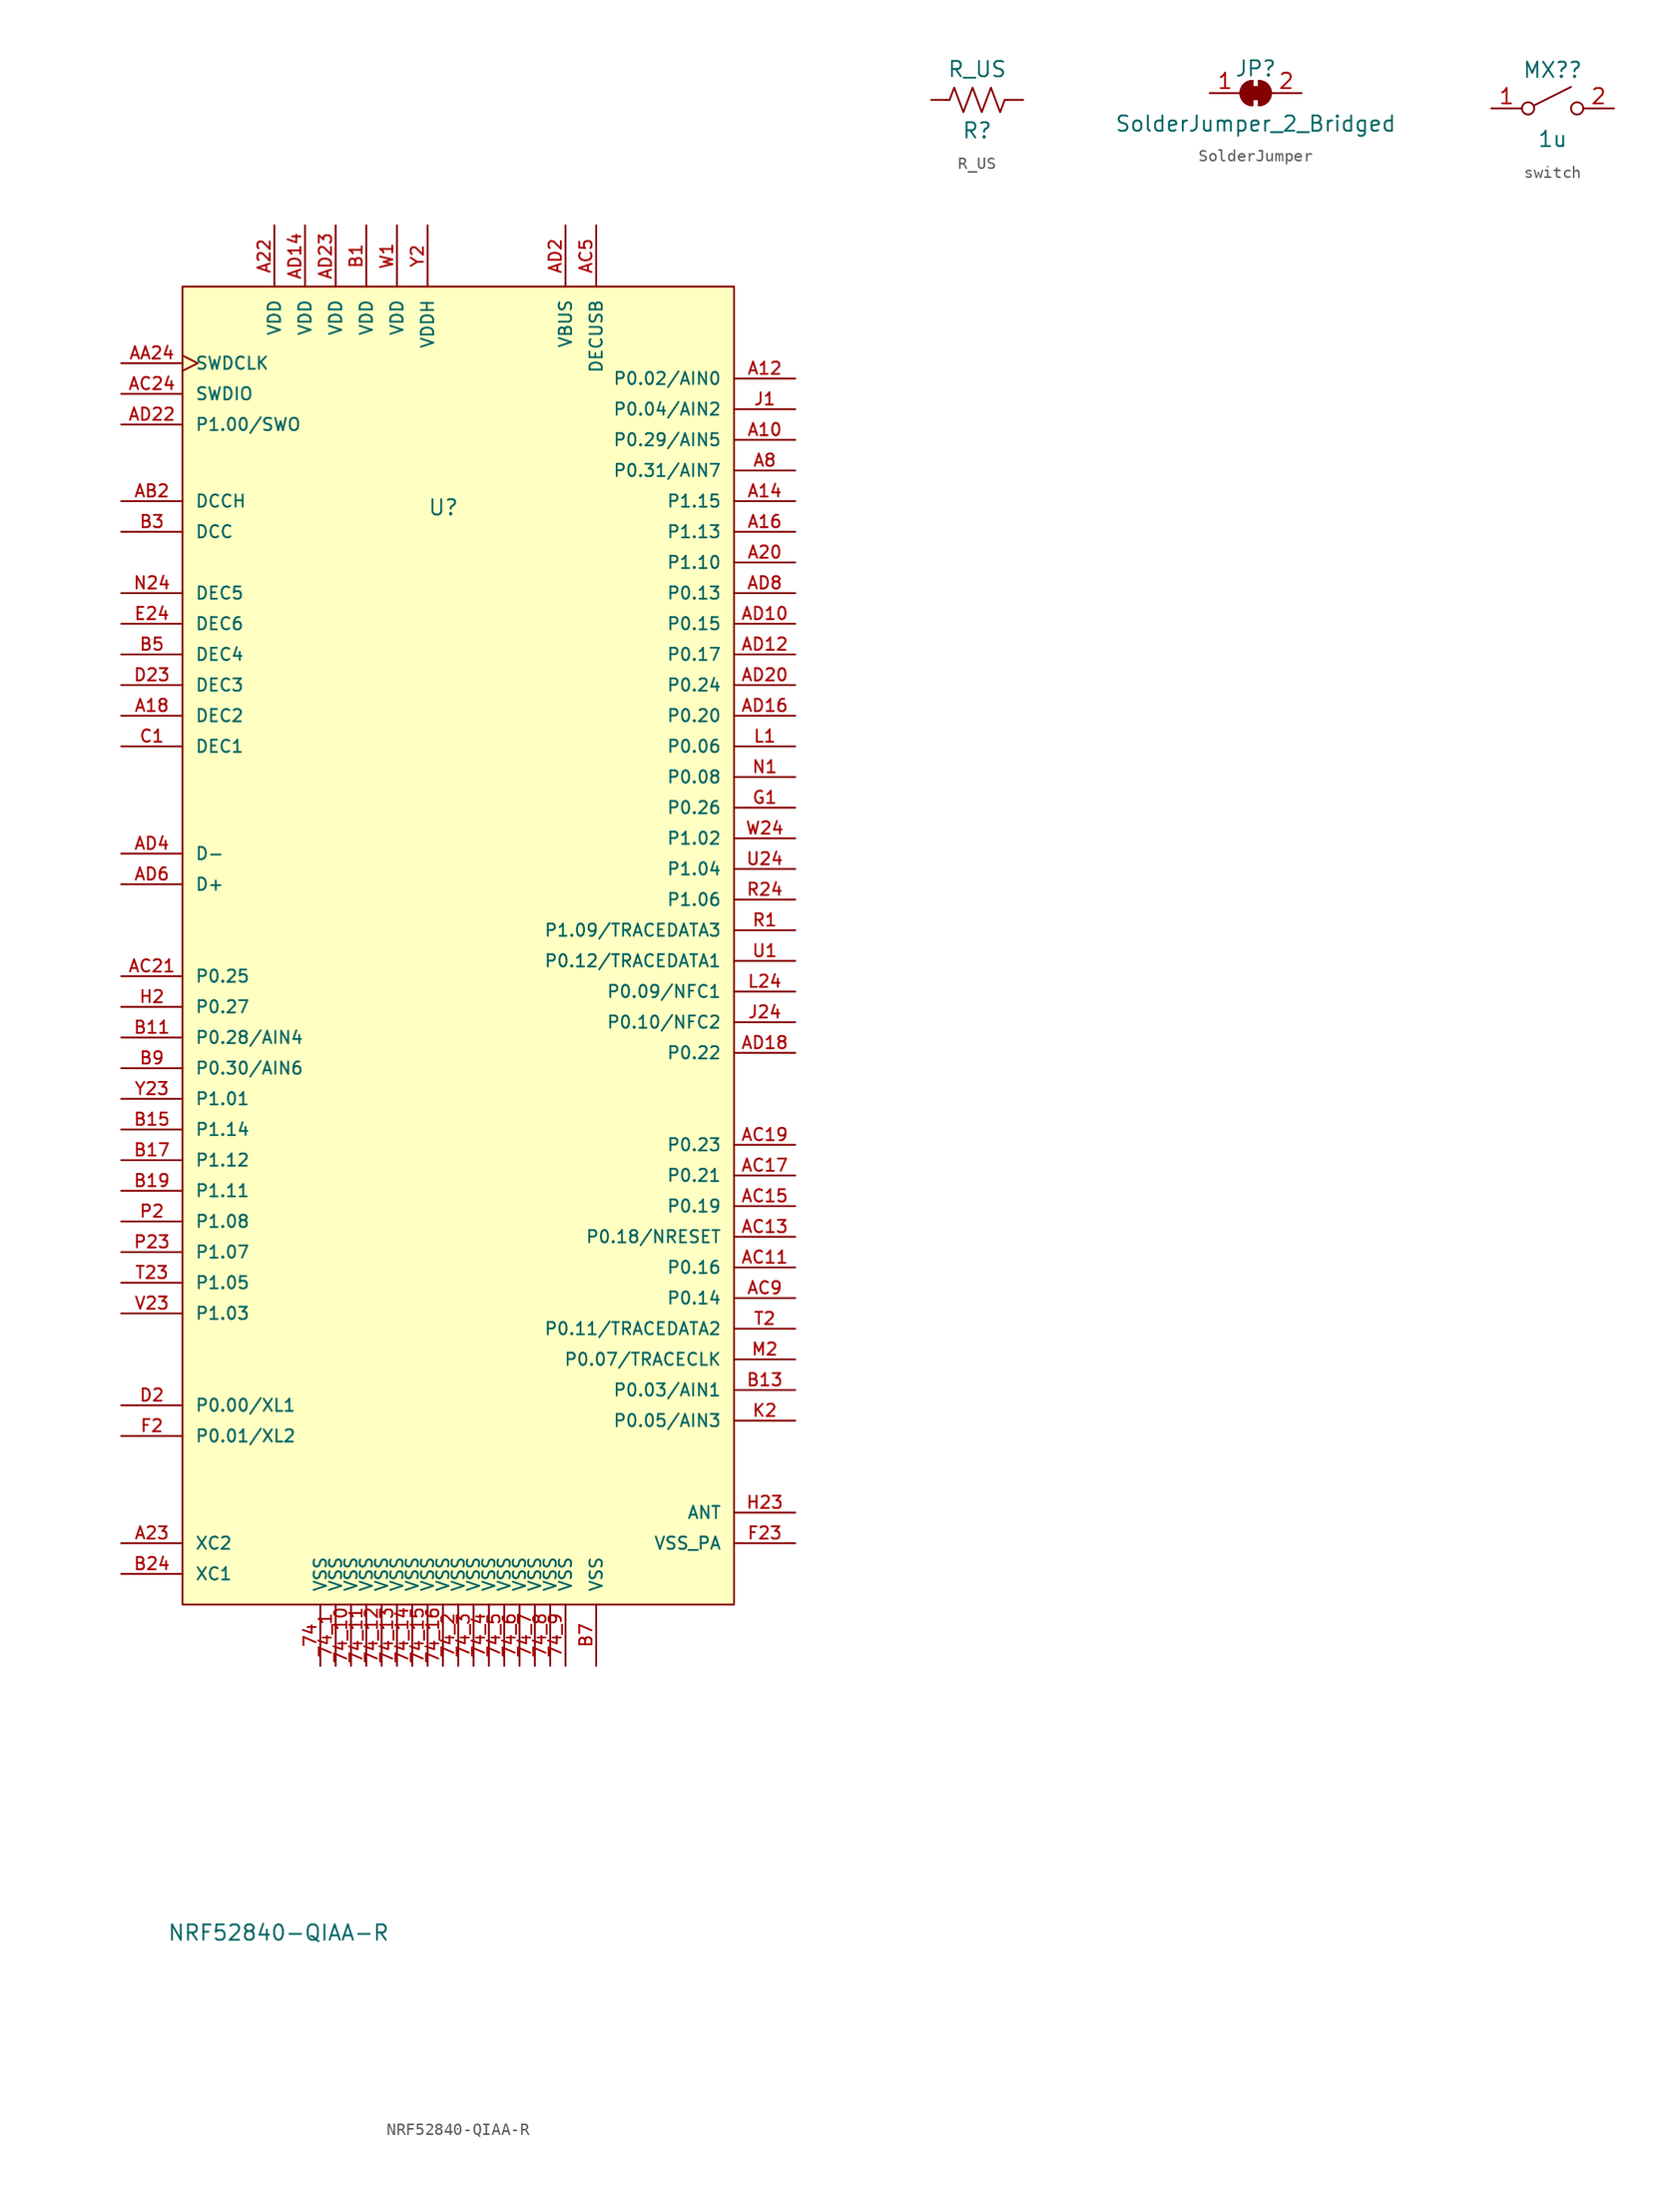
<source format=kicad_sym>
(kicad_symbol_lib
  (version 20220914)
  (generator kicad_symbol_editor)
  (symbol "NRF52840-QIAA-R"
    (pin_names
      (offset 1.016))
    (property "Reference" "U"
      (at -2.54 34.29 0)
      (effects (font (size 1.27 1.27)) (justify left bottom)))
    (property "Value" "NRF52840-QIAA-R"
      (at -24.13 -83.82 0)
      (effects (font (size 1.27 1.27)) (justify left bottom)))
    (symbol "NRF52840-QIAA-R_0_0"
      (rectangle (start -22.86 53.34) (end 22.86 -55.88) (stroke (width 0.152) (type default)) (fill (type background)))
      (pin power_in line (at -11.43 -60.96 90) (length 5.08) (name "VSS" (effects (font (size 1.016 1.016)))) (number "74" (effects (font (size 1.016 1.016)))))
      (pin power_in line (at -10.16 -60.96 90) (length 5.08) (name "VSS" (effects (font (size 1.016 1.016)))) (number "74_1" (effects (font (size 1.016 1.016)))))
      (pin power_in line (at -8.89 -60.96 90) (length 5.08) (name "VSS" (effects (font (size 1.016 1.016)))) (number "74_10" (effects (font (size 1.016 1.016)))))
      (pin power_in line (at -7.62 -60.96 90) (length 5.08) (name "VSS" (effects (font (size 1.016 1.016)))) (number "74_11" (effects (font (size 1.016 1.016)))))
      (pin power_in line (at -6.35 -60.96 90) (length 5.08) (name "VSS" (effects (font (size 1.016 1.016)))) (number "74_12" (effects (font (size 1.016 1.016)))))
      (pin power_in line (at -5.08 -60.96 90) (length 5.08) (name "VSS" (effects (font (size 1.016 1.016)))) (number "74_13" (effects (font (size 1.016 1.016)))))
      (pin power_in line (at -3.81 -60.96 90) (length 5.08) (name "VSS" (effects (font (size 1.016 1.016)))) (number "74_14" (effects (font (size 1.016 1.016)))))
      (pin power_in line (at -2.54 -60.96 90) (length 5.08) (name "VSS" (effects (font (size 1.016 1.016)))) (number "74_15" (effects (font (size 1.016 1.016)))))
      (pin power_in line (at -1.27 -60.96 90) (length 5.08) (name "VSS" (effects (font (size 1.016 1.016)))) (number "74_16" (effects (font (size 1.016 1.016)))))
      (pin power_in line (at 0 -60.96 90) (length 5.08) (name "VSS" (effects (font (size 1.016 1.016)))) (number "74_2" (effects (font (size 1.016 1.016)))))
      (pin power_in line (at 1.27 -60.96 90) (length 5.08) (name "VSS" (effects (font (size 1.016 1.016)))) (number "74_3" (effects (font (size 1.016 1.016)))))
      (pin power_in line (at 2.54 -60.96 90) (length 5.08) (name "VSS" (effects (font (size 1.016 1.016)))) (number "74_4" (effects (font (size 1.016 1.016)))))
      (pin power_in line (at 3.81 -60.96 90) (length 5.08) (name "VSS" (effects (font (size 1.016 1.016)))) (number "74_5" (effects (font (size 1.016 1.016)))))
      (pin power_in line (at 5.08 -60.96 90) (length 5.08) (name "VSS" (effects (font (size 1.016 1.016)))) (number "74_6" (effects (font (size 1.016 1.016)))))
      (pin power_in line (at 6.35 -60.96 90) (length 5.08) (name "VSS" (effects (font (size 1.016 1.016)))) (number "74_7" (effects (font (size 1.016 1.016)))))
      (pin power_in line (at 7.62 -60.96 90) (length 5.08) (name "VSS" (effects (font (size 1.016 1.016)))) (number "74_8" (effects (font (size 1.016 1.016)))))
      (pin power_in line (at 8.89 -60.96 90) (length 5.08) (name "VSS" (effects (font (size 1.016 1.016)))) (number "74_9" (effects (font (size 1.016 1.016)))))
      (pin bidirectional line (at 27.94 40.64 180) (length 5.08) (name "P0.29/AIN5" (effects (font (size 1.016 1.016)))) (number "A10" (effects (font (size 1.016 1.016)))))
      (pin bidirectional line (at 27.94 45.72 180) (length 5.08) (name "P0.02/AIN0" (effects (font (size 1.016 1.016)))) (number "A12" (effects (font (size 1.016 1.016)))))
      (pin bidirectional line (at 27.94 35.56 180) (length 5.08) (name "P1.15" (effects (font (size 1.016 1.016)))) (number "A14" (effects (font (size 1.016 1.016)))))
      (pin bidirectional line (at 27.94 33.02 180) (length 5.08) (name "P1.13" (effects (font (size 1.016 1.016)))) (number "A16" (effects (font (size 1.016 1.016)))))
      (pin power_in line (at -27.94 17.78 0) (length 5.08) (name "DEC2" (effects (font (size 1.016 1.016)))) (number "A18" (effects (font (size 1.016 1.016)))))
      (pin bidirectional line (at 27.94 30.48 180) (length 5.08) (name "P1.10" (effects (font (size 1.016 1.016)))) (number "A20" (effects (font (size 1.016 1.016)))))
      (pin power_in line (at -15.24 58.42 270) (length 5.08) (name "VDD" (effects (font (size 1.016 1.016)))) (number "A22" (effects (font (size 1.016 1.016)))))
      (pin input line (at -27.94 -50.8 0) (length 5.08) (name "XC2" (effects (font (size 1.016 1.016)))) (number "A23" (effects (font (size 1.016 1.016)))))
      (pin bidirectional line (at 27.94 38.1 180) (length 5.08) (name "P0.31/AIN7" (effects (font (size 1.016 1.016)))) (number "A8" (effects (font (size 1.016 1.016)))))
      (pin input clock (at -27.94 46.99 0) (length 5.08) (name "SWDCLK" (effects (font (size 1.016 1.016)))) (number "AA24" (effects (font (size 1.016 1.016)))))
      (pin power_in line (at -27.94 35.56 0) (length 5.08) (name "DCCH" (effects (font (size 1.016 1.016)))) (number "AB2" (effects (font (size 1.016 1.016)))))
      (pin bidirectional line (at 27.94 -27.94 180) (length 5.08) (name "P0.16" (effects (font (size 1.016 1.016)))) (number "AC11" (effects (font (size 1.016 1.016)))))
      (pin bidirectional line (at 27.94 -25.4 180) (length 5.08) (name "P0.18/NRESET" (effects (font (size 1.016 1.016)))) (number "AC13" (effects (font (size 1.016 1.016)))))
      (pin bidirectional line (at 27.94 -22.86 180) (length 5.08) (name "P0.19" (effects (font (size 1.016 1.016)))) (number "AC15" (effects (font (size 1.016 1.016)))))
      (pin bidirectional line (at 27.94 -20.32 180) (length 5.08) (name "P0.21" (effects (font (size 1.016 1.016)))) (number "AC17" (effects (font (size 1.016 1.016)))))
      (pin bidirectional line (at 27.94 -17.78 180) (length 5.08) (name "P0.23" (effects (font (size 1.016 1.016)))) (number "AC19" (effects (font (size 1.016 1.016)))))
      (pin bidirectional line (at -27.94 -3.81 0) (length 5.08) (name "P0.25" (effects (font (size 1.016 1.016)))) (number "AC21" (effects (font (size 1.016 1.016)))))
      (pin bidirectional line (at -27.94 44.45 0) (length 5.08) (name "SWDIO" (effects (font (size 1.016 1.016)))) (number "AC24" (effects (font (size 1.016 1.016)))))
      (pin power_in line (at 11.43 58.42 270) (length 5.08) (name "DECUSB" (effects (font (size 1.016 1.016)))) (number "AC5" (effects (font (size 1.016 1.016)))))
      (pin bidirectional line (at 27.94 -30.48 180) (length 5.08) (name "P0.14" (effects (font (size 1.016 1.016)))) (number "AC9" (effects (font (size 1.016 1.016)))))
      (pin bidirectional line (at 27.94 25.4 180) (length 5.08) (name "P0.15" (effects (font (size 1.016 1.016)))) (number "AD10" (effects (font (size 1.016 1.016)))))
      (pin bidirectional line (at 27.94 22.86 180) (length 5.08) (name "P0.17" (effects (font (size 1.016 1.016)))) (number "AD12" (effects (font (size 1.016 1.016)))))
      (pin power_in line (at -12.7 58.42 270) (length 5.08) (name "VDD" (effects (font (size 1.016 1.016)))) (number "AD14" (effects (font (size 1.016 1.016)))))
      (pin bidirectional line (at 27.94 17.78 180) (length 5.08) (name "P0.20" (effects (font (size 1.016 1.016)))) (number "AD16" (effects (font (size 1.016 1.016)))))
      (pin bidirectional line (at 27.94 -10.16 180) (length 5.08) (name "P0.22" (effects (font (size 1.016 1.016)))) (number "AD18" (effects (font (size 1.016 1.016)))))
      (pin power_in line (at 8.89 58.42 270) (length 5.08) (name "VBUS" (effects (font (size 1.016 1.016)))) (number "AD2" (effects (font (size 1.016 1.016)))))
      (pin bidirectional line (at 27.94 20.32 180) (length 5.08) (name "P0.24" (effects (font (size 1.016 1.016)))) (number "AD20" (effects (font (size 1.016 1.016)))))
      (pin power_in line (at -10.16 58.42 270) (length 5.08) (name "VDD" (effects (font (size 1.016 1.016)))) (number "AD23" (effects (font (size 1.016 1.016)))))
      (pin bidirectional line (at -27.94 6.35 0) (length 5.08) (name "D-" (effects (font (size 1.016 1.016)))) (number "AD4" (effects (font (size 1.016 1.016)))))
      (pin bidirectional line (at -27.94 3.81 0) (length 5.08) (name "D+" (effects (font (size 1.016 1.016)))) (number "AD6" (effects (font (size 1.016 1.016)))))
      (pin bidirectional line (at 27.94 27.94 180) (length 5.08) (name "P0.13" (effects (font (size 1.016 1.016)))) (number "AD8" (effects (font (size 1.016 1.016)))))
      (pin power_in line (at -7.62 58.42 270) (length 5.08) (name "VDD" (effects (font (size 1.016 1.016)))) (number "B1" (effects (font (size 1.016 1.016)))))
      (pin bidirectional line (at -27.94 -8.89 0) (length 5.08) (name "P0.28/AIN4" (effects (font (size 1.016 1.016)))) (number "B11" (effects (font (size 1.016 1.016)))))
      (pin bidirectional line (at 27.94 -38.1 180) (length 5.08) (name "P0.03/AIN1" (effects (font (size 1.016 1.016)))) (number "B13" (effects (font (size 1.016 1.016)))))
      (pin bidirectional line (at -27.94 -16.51 0) (length 5.08) (name "P1.14" (effects (font (size 1.016 1.016)))) (number "B15" (effects (font (size 1.016 1.016)))))
      (pin bidirectional line (at -27.94 -19.05 0) (length 5.08) (name "P1.12" (effects (font (size 1.016 1.016)))) (number "B17" (effects (font (size 1.016 1.016)))))
      (pin bidirectional line (at -27.94 -21.59 0) (length 5.08) (name "P1.11" (effects (font (size 1.016 1.016)))) (number "B19" (effects (font (size 1.016 1.016)))))
      (pin input line (at -27.94 -53.34 0) (length 5.08) (name "XC1" (effects (font (size 1.016 1.016)))) (number "B24" (effects (font (size 1.016 1.016)))))
      (pin power_in line (at -27.94 33.02 0) (length 5.08) (name "DCC" (effects (font (size 1.016 1.016)))) (number "B3" (effects (font (size 1.016 1.016)))))
      (pin power_in line (at -27.94 22.86 0) (length 5.08) (name "DEC4" (effects (font (size 1.016 1.016)))) (number "B5" (effects (font (size 1.016 1.016)))))
      (pin power_in line (at 11.43 -60.96 90) (length 5.08) (name "VSS" (effects (font (size 1.016 1.016)))) (number "B7" (effects (font (size 1.016 1.016)))))
      (pin bidirectional line (at -27.94 -11.43 0) (length 5.08) (name "P0.30/AIN6" (effects (font (size 1.016 1.016)))) (number "B9" (effects (font (size 1.016 1.016)))))
      (pin power_in line (at -27.94 15.24 0) (length 5.08) (name "DEC1" (effects (font (size 1.016 1.016)))) (number "C1" (effects (font (size 1.016 1.016)))))
      (pin bidirectional line (at -27.94 -39.37 0) (length 5.08) (name "P0.00/XL1" (effects (font (size 1.016 1.016)))) (number "D2" (effects (font (size 1.016 1.016)))))
      (pin power_in line (at -27.94 20.32 0) (length 5.08) (name "DEC3" (effects (font (size 1.016 1.016)))) (number "D23" (effects (font (size 1.016 1.016)))))
      (pin power_in line (at -27.94 25.4 0) (length 5.08) (name "DEC6" (effects (font (size 1.016 1.016)))) (number "E24" (effects (font (size 1.016 1.016)))))
      (pin bidirectional line (at -27.94 -41.91 0) (length 5.08) (name "P0.01/XL2" (effects (font (size 1.016 1.016)))) (number "F2" (effects (font (size 1.016 1.016)))))
      (pin power_in line (at 27.94 -50.8 180) (length 5.08) (name "VSS_PA" (effects (font (size 1.016 1.016)))) (number "F23" (effects (font (size 1.016 1.016)))))
      (pin bidirectional line (at 27.94 10.16 180) (length 5.08) (name "P0.26" (effects (font (size 1.016 1.016)))) (number "G1" (effects (font (size 1.016 1.016)))))
      (pin bidirectional line (at -27.94 -6.35 0) (length 5.08) (name "P0.27" (effects (font (size 1.016 1.016)))) (number "H2" (effects (font (size 1.016 1.016)))))
      (pin passive line (at 27.94 -48.26 180) (length 5.08) (name "ANT" (effects (font (size 1.016 1.016)))) (number "H23" (effects (font (size 1.016 1.016)))))
      (pin bidirectional line (at 27.94 43.18 180) (length 5.08) (name "P0.04/AIN2" (effects (font (size 1.016 1.016)))) (number "J1" (effects (font (size 1.016 1.016)))))
      (pin bidirectional line (at 27.94 -7.62 180) (length 5.08) (name "P0.10/NFC2" (effects (font (size 1.016 1.016)))) (number "J24" (effects (font (size 1.016 1.016)))))
      (pin bidirectional line (at 27.94 -40.64 180) (length 5.08) (name "P0.05/AIN3" (effects (font (size 1.016 1.016)))) (number "K2" (effects (font (size 1.016 1.016)))))
      (pin bidirectional line (at 27.94 15.24 180) (length 5.08) (name "P0.06" (effects (font (size 1.016 1.016)))) (number "L1" (effects (font (size 1.016 1.016)))))
      (pin bidirectional line (at 27.94 -5.08 180) (length 5.08) (name "P0.09/NFC1" (effects (font (size 1.016 1.016)))) (number "L24" (effects (font (size 1.016 1.016)))))
      (pin bidirectional line (at 27.94 -35.56 180) (length 5.08) (name "P0.07/TRACECLK" (effects (font (size 1.016 1.016)))) (number "M2" (effects (font (size 1.016 1.016)))))
      (pin bidirectional line (at 27.94 12.7 180) (length 5.08) (name "P0.08" (effects (font (size 1.016 1.016)))) (number "N1" (effects (font (size 1.016 1.016)))))
      (pin power_in line (at -27.94 27.94 0) (length 5.08) (name "DEC5" (effects (font (size 1.016 1.016)))) (number "N24" (effects (font (size 1.016 1.016)))))
      (pin bidirectional line (at -27.94 -24.13 0) (length 5.08) (name "P1.08" (effects (font (size 1.016 1.016)))) (number "P2" (effects (font (size 1.016 1.016)))))
      (pin bidirectional line (at -27.94 -26.67 0) (length 5.08) (name "P1.07" (effects (font (size 1.016 1.016)))) (number "P23" (effects (font (size 1.016 1.016)))))
      (pin bidirectional line (at 27.94 0 180) (length 5.08) (name "P1.09/TRACEDATA3" (effects (font (size 1.016 1.016)))) (number "R1" (effects (font (size 1.016 1.016)))))
      (pin bidirectional line (at 27.94 2.54 180) (length 5.08) (name "P1.06" (effects (font (size 1.016 1.016)))) (number "R24" (effects (font (size 1.016 1.016)))))
      (pin bidirectional line (at 27.94 -33.02 180) (length 5.08) (name "P0.11/TRACEDATA2" (effects (font (size 1.016 1.016)))) (number "T2" (effects (font (size 1.016 1.016)))))
      (pin bidirectional line (at -27.94 -29.21 0) (length 5.08) (name "P1.05" (effects (font (size 1.016 1.016)))) (number "T23" (effects (font (size 1.016 1.016)))))
      (pin bidirectional line (at 27.94 -2.54 180) (length 5.08) (name "P0.12/TRACEDATA1" (effects (font (size 1.016 1.016)))) (number "U1" (effects (font (size 1.016 1.016)))))
      (pin bidirectional line (at 27.94 5.08 180) (length 5.08) (name "P1.04" (effects (font (size 1.016 1.016)))) (number "U24" (effects (font (size 1.016 1.016)))))
      (pin bidirectional line (at -27.94 -31.75 0) (length 5.08) (name "P1.03" (effects (font (size 1.016 1.016)))) (number "V23" (effects (font (size 1.016 1.016)))))
      (pin power_in line (at -5.08 58.42 270) (length 5.08) (name "VDD" (effects (font (size 1.016 1.016)))) (number "W1" (effects (font (size 1.016 1.016)))))
      (pin bidirectional line (at 27.94 7.62 180) (length 5.08) (name "P1.02" (effects (font (size 1.016 1.016)))) (number "W24" (effects (font (size 1.016 1.016)))))
      (pin power_in line (at -2.54 58.42 270) (length 5.08) (name "VDDH" (effects (font (size 1.016 1.016)))) (number "Y2" (effects (font (size 1.016 1.016)))))
      (pin bidirectional line (at -27.94 -13.97 0) (length 5.08) (name "P1.01" (effects (font (size 1.016 1.016)))) (number "Y23" (effects (font (size 1.016 1.016))))))
    (symbol "NRF52840-QIAA-R_1_0"
      (pin bidirectional line (at -27.94 41.91 0) (length 5.08) (name "P1.00/SWO" (effects (font (size 1.016 1.016)))) (number "AD22" (effects (font (size 1.016 1.016)))))))
  (symbol "R_US"
    (pin_numbers hide)
    (pin_names
      (offset 0))
    (property "Reference" "R"
      (at 0 -2.54 0)
      (effects (font (size 1.27 1.27))))
    (property "Value" "R_US"
      (at 0 2.54 0)
      (effects (font (size 1.27 1.27))))
    (symbol "R_US_0_1"
      (polyline (pts (xy -2.286 0) (xy -2.54 0)) (stroke (width 0) (type default)) (fill (type none)))
      (polyline (pts (xy 2.286 0) (xy 2.54 0)) (stroke (width 0) (type default)) (fill (type none)))
      (polyline (pts (xy -0.762 0) (xy -1.143 -1.016) (xy -1.524 0) (xy -1.905 1.016) (xy -2.286 0)) (stroke (width 0) (type default)) (fill (type none)))
      (polyline (pts (xy 0.762 0) (xy 0.381 -1.016) (xy 0 0) (xy -0.381 1.016) (xy -0.762 0)) (stroke (width 0) (type default)) (fill (type none)))
      (polyline (pts (xy 2.286 0) (xy 1.905 -1.016) (xy 1.524 0) (xy 1.143 1.016) (xy 0.762 0)) (stroke (width 0) (type default)) (fill (type none))))
    (symbol "R_US_1_1"
      (pin passive line (at 3.81 0 180) (length 1.27) (name "~" (effects (font (size 1.27 1.27)))) (number "1" (effects (font (size 1.27 1.27)))))
      (pin passive line (at -3.81 0 0) (length 1.27) (name "~" (effects (font (size 1.27 1.27)))) (number "2" (effects (font (size 1.27 1.27)))))))
  (symbol "SolderJumper"
    (pin_names
      (offset 0) hide)
    (property "Reference" "JP"
      (at 0 2.032 0)
      (effects (font (size 1.27 1.27))))
    (property "Value" "SolderJumper_2_Bridged"
      (at 0 -2.54 0)
      (effects (font (size 1.27 1.27))))
    (symbol "SolderJumper_0_1"
      (rectangle (start -0.508 0.508) (end 0.508 -0.508) (stroke (width 0) (type default)) (fill (type outline)))
      (arc (start -0.254 1.016) (mid -1.2656 0) (end -0.254 -1.016) (stroke (width 0) (type default)) (fill (type none)))
      (arc (start -0.254 1.016) (mid -1.2656 0) (end -0.254 -1.016) (stroke (width 0) (type default)) (fill (type outline)))
      (polyline (pts (xy -0.254 1.016) (xy -0.254 -1.016)) (stroke (width 0) (type default)) (fill (type none)))
      (polyline (pts (xy 0.254 1.016) (xy 0.254 -1.016)) (stroke (width 0) (type default)) (fill (type none)))
      (arc (start 0.254 -1.016) (mid 1.2656 0) (end 0.254 1.016) (stroke (width 0) (type default)) (fill (type none)))
      (arc (start 0.254 -1.016) (mid 1.2656 0) (end 0.254 1.016) (stroke (width 0) (type default)) (fill (type outline))))
    (symbol "SolderJumper_1_1"
      (pin passive line (at -3.81 0 0) (length 2.54) (name "A" (effects (font (size 1.27 1.27)))) (number "1" (effects (font (size 1.27 1.27)))))
      (pin passive line (at 3.81 0 180) (length 2.54) (name "B" (effects (font (size 1.27 1.27)))) (number "2" (effects (font (size 1.27 1.27)))))))
  (symbol "switch"
    (pin_names
      (offset 0) hide)
    (property "Reference" "MX?"
      (at 0 3.175 0)
      (effects (font (size 1.27 1.27))))
    (property "Value" "1u"
      (at 0 -2.54 0)
      (effects (font (size 1.27 1.27))))
    (symbol "switch_0_0"
      (circle (center -2.032 0) (radius 0.508) (stroke (width 0) (type default)) (fill (type none)))
      (polyline (pts (xy -1.524 0.254) (xy 1.524 1.778)) (stroke (width 0) (type default)) (fill (type none)))
      (circle (center 2.032 0) (radius 0.508) (stroke (width 0) (type default)) (fill (type none))))
    (symbol "switch_1_1"
      (pin passive line (at -5.08 0 0) (length 2.54) (name "A" (effects (font (size 1.27 1.27)))) (number "1" (effects (font (size 1.27 1.27)))))
      (pin passive line (at 5.08 0 180) (length 2.54) (name "B" (effects (font (size 1.27 1.27)))) (number "2" (effects (font (size 1.27 1.27))))))))
</source>
